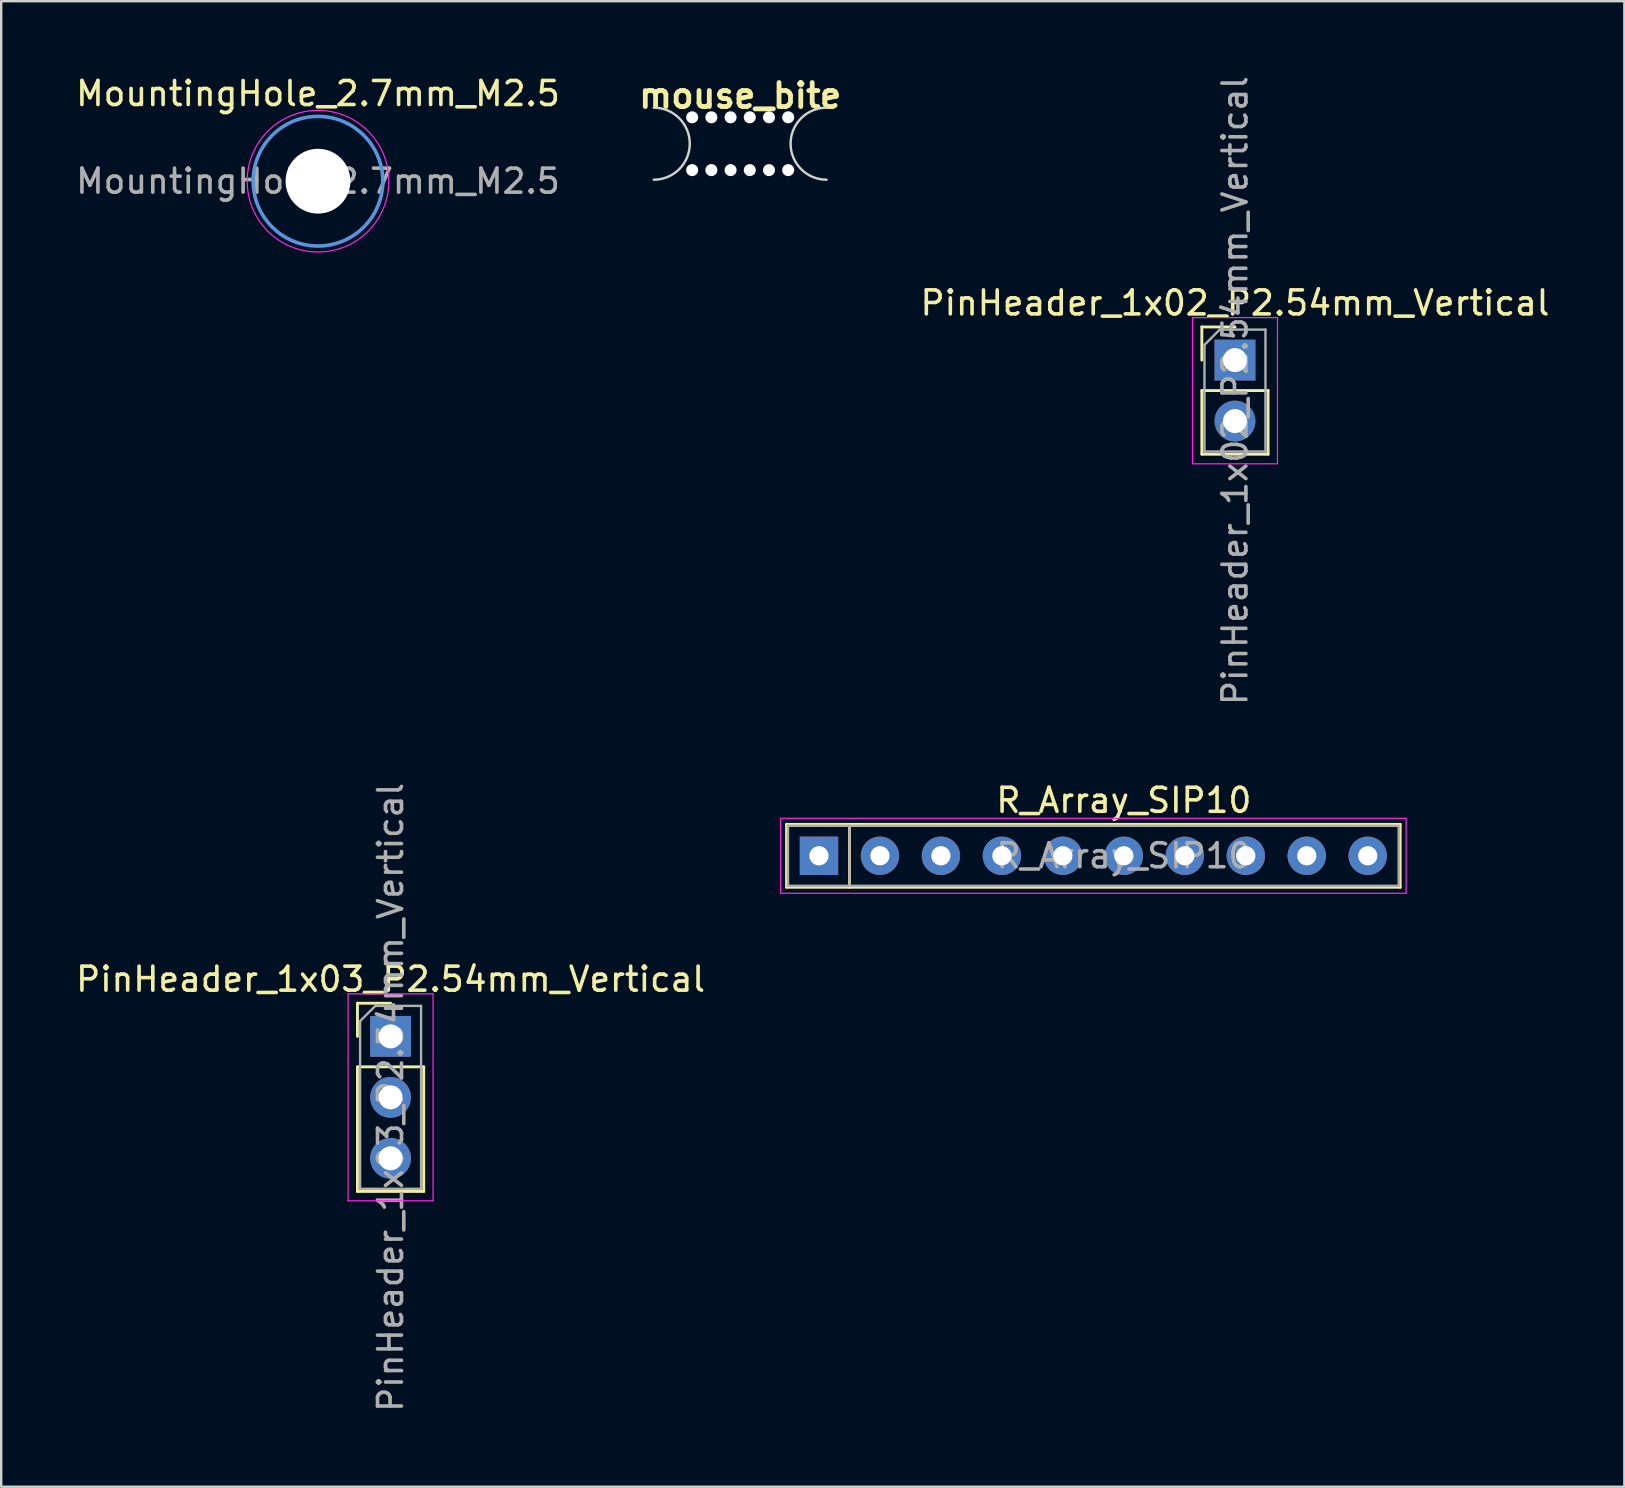
<source format=kicad_pcb>
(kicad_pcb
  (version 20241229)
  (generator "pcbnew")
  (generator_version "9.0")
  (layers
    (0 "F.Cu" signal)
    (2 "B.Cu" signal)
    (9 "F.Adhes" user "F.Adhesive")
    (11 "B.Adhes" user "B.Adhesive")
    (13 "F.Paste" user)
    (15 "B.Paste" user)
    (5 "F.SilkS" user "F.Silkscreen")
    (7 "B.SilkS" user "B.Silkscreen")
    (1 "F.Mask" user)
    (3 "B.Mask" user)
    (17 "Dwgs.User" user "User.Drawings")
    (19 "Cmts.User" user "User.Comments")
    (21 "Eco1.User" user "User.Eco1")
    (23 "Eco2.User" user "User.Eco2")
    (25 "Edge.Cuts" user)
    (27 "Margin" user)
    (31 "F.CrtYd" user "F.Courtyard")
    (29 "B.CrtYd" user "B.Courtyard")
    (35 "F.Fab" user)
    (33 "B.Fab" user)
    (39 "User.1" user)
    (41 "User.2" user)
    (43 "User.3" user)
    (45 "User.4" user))
  (footprint "PinHeader_1x02_P2.54mm_Vertical"
    (layer "F.Cu")
    (at 48.394 11.95)
    (property "Reference" "PinHeader_1x02_P2.54mm_Vertical" (at 0 -2.38 0) (layer "F.SilkS") (effects (font (size 1 1) (thickness 0.15))))
    (attr through_hole)
    (fp_line (start -1.38 -1.38) (end 0 -1.38) (stroke (width 0.12) (type solid)) (layer "F.SilkS"))
    (fp_line (start -1.38 0) (end -1.38 -1.38) (stroke (width 0.12) (type solid)) (layer "F.SilkS"))
    (fp_line (start -1.38 1.27) (end -1.38 3.92) (stroke (width 0.12) (type solid)) (layer "F.SilkS"))
    (fp_line (start -1.38 1.27) (end 1.38 1.27) (stroke (width 0.12) (type solid)) (layer "F.SilkS"))
    (fp_line (start -1.38 3.92) (end 1.38 3.92) (stroke (width 0.12) (type solid)) (layer "F.SilkS"))
    (fp_line (start 1.38 1.27) (end 1.38 3.92) (stroke (width 0.12) (type solid)) (layer "F.SilkS"))
    (fp_line (start -1.77 -1.77) (end -1.77 4.32) (stroke (width 0.05) (type solid)) (layer "F.CrtYd"))
    (fp_line (start -1.77 4.32) (end 1.77 4.32) (stroke (width 0.05) (type solid)) (layer "F.CrtYd"))
    (fp_line (start 1.77 -1.77) (end -1.77 -1.77) (stroke (width 0.05) (type solid)) (layer "F.CrtYd"))
    (fp_line (start 1.77 4.32) (end 1.77 -1.77) (stroke (width 0.05) (type solid)) (layer "F.CrtYd"))
    (fp_line (start -1.27 -0.635) (end -0.635 -1.27) (stroke (width 0.1) (type solid)) (layer "F.Fab"))
    (fp_line (start -1.27 3.81) (end -1.27 -0.635) (stroke (width 0.1) (type solid)) (layer "F.Fab"))
    (fp_line (start -0.635 -1.27) (end 1.27 -1.27) (stroke (width 0.1) (type solid)) (layer "F.Fab"))
    (fp_line (start 1.27 -1.27) (end 1.27 3.81) (stroke (width 0.1) (type solid)) (layer "F.Fab"))
    (fp_line (start 1.27 3.81) (end -1.27 3.81) (stroke (width 0.1) (type solid)) (layer "F.Fab"))
    (fp_text user "${REFERENCE}" (at 0 1.27 90) (layer "F.Fab") (effects (font (size 1 1) (thickness 0.15))))
    (pad "1" thru_hole rect (at 0 0 180) (size 1.7 1.7) (drill 1) (layers "*.Cu" "*.Mask"))
    (pad "2" thru_hole circle (at 0 2.54 180) (size 1.7 1.7) (drill 1) (layers "*.Cu" "*.Mask")))
  (footprint "mouse_bite"
    (layer "F.Cu")
    (at 27.783 2.936)
    (property "Reference" "mouse_bite" (at 0 -2 180) (layer "F.SilkS") (effects (font (size 1 1) (thickness 0.2))))
    (attr through_hole board_only exclude_from_pos_files exclude_from_bom)
    (fp_arc (start -3.6 -1.5) (mid -2.1 0) (end -3.6 1.5) (stroke (width 0.1) (type solid)) (layer "Edge.Cuts"))
    (fp_arc (start 3.6 1.5) (mid 2.1 0) (end 3.6 -1.5) (stroke (width 0.1) (type solid)) (layer "Edge.Cuts"))
    (pad "" np_thru_hole circle (at -2 -1.1) (size 0.5 0.5) (drill 0.5) (layers "*.Cu" "*.Mask"))
    (pad "" np_thru_hole circle (at -2 1.1) (size 0.5 0.5) (drill 0.5) (layers "*.Cu" "*.Mask"))
    (pad "" np_thru_hole circle (at -1.2 -1.1) (size 0.5 0.5) (drill 0.5) (layers "*.Cu" "*.Mask"))
    (pad "" np_thru_hole circle (at -1.2 1.1) (size 0.5 0.5) (drill 0.5) (layers "*.Cu" "*.Mask"))
    (pad "" np_thru_hole circle (at -0.4 -1.1) (size 0.5 0.5) (drill 0.5) (layers "*.Cu" "*.Mask"))
    (pad "" np_thru_hole circle (at -0.4 1.1) (size 0.5 0.5) (drill 0.5) (layers "*.Cu" "*.Mask"))
    (pad "" np_thru_hole circle (at 0.4 -1.1) (size 0.5 0.5) (drill 0.5) (layers "*.Cu" "*.Mask"))
    (pad "" np_thru_hole circle (at 0.4 1.1) (size 0.5 0.5) (drill 0.5) (layers "*.Cu" "*.Mask"))
    (pad "" np_thru_hole circle (at 1.2 -1.1) (size 0.5 0.5) (drill 0.5) (layers "*.Cu" "*.Mask"))
    (pad "" np_thru_hole circle (at 1.2 1.1) (size 0.5 0.5) (drill 0.5) (layers "*.Cu" "*.Mask"))
    (pad "" np_thru_hole circle (at 2 -1.1) (size 0.5 0.5) (drill 0.5) (layers "*.Cu" "*.Mask"))
    (pad "" np_thru_hole circle (at 2 1.1) (size 0.5 0.5) (drill 0.5) (layers "*.Cu" "*.Mask")))
  (footprint "R_Array_SIP10"
    (layer "F.Cu")
    (at 31.065 32.599)
    (property "Reference" "R_Array_SIP10" (at 12.7 -2.31 0) (layer "F.SilkS") (effects (font (size 1 1) (thickness 0.15))))
    (attr through_hole)
    (fp_line (start -1.35 -1.31) (end -1.35 1.31) (stroke (width 0.12) (type solid)) (layer "F.SilkS"))
    (fp_line (start -1.35 1.31) (end 24.21 1.31) (stroke (width 0.12) (type solid)) (layer "F.SilkS"))
    (fp_line (start 1.27 -1.31) (end 1.27 1.31) (stroke (width 0.12) (type solid)) (layer "F.SilkS"))
    (fp_line (start 24.21 -1.31) (end -1.35 -1.31) (stroke (width 0.12) (type solid)) (layer "F.SilkS"))
    (fp_line (start 24.21 1.31) (end 24.21 -1.31) (stroke (width 0.12) (type solid)) (layer "F.SilkS"))
    (fp_line (start -1.6 -1.56) (end -1.6 1.56) (stroke (width 0.05) (type solid)) (layer "F.CrtYd"))
    (fp_line (start -1.6 1.56) (end 24.46 1.56) (stroke (width 0.05) (type solid)) (layer "F.CrtYd"))
    (fp_line (start 24.46 -1.56) (end -1.6 -1.56) (stroke (width 0.05) (type solid)) (layer "F.CrtYd"))
    (fp_line (start 24.46 1.56) (end 24.46 -1.56) (stroke (width 0.05) (type solid)) (layer "F.CrtYd"))
    (fp_line (start -1.29 -1.25) (end -1.29 1.25) (stroke (width 0.1) (type solid)) (layer "F.Fab"))
    (fp_line (start -1.29 1.25) (end 24.15 1.25) (stroke (width 0.1) (type solid)) (layer "F.Fab"))
    (fp_line (start 1.27 -1.25) (end 1.27 1.25) (stroke (width 0.1) (type solid)) (layer "F.Fab"))
    (fp_line (start 24.15 -1.25) (end -1.29 -1.25) (stroke (width 0.1) (type solid)) (layer "F.Fab"))
    (fp_line (start 24.15 1.25) (end 24.15 -1.25) (stroke (width 0.1) (type solid)) (layer "F.Fab"))
    (fp_text user "${REFERENCE}" (at 12.7 0 0) (layer "F.Fab") (effects (font (size 1 1) (thickness 0.15))))
    (pad "1" thru_hole rect (at 0 0 180) (size 1.6 1.6) (drill 0.8) (layers "*.Cu" "*.Mask"))
    (pad "2" thru_hole circle (at 2.54 0 180) (size 1.6 1.6) (drill 0.8) (layers "*.Cu" "*.Mask"))
    (pad "3" thru_hole circle (at 5.08 0 180) (size 1.6 1.6) (drill 0.8) (layers "*.Cu" "*.Mask"))
    (pad "4" thru_hole circle (at 7.62 0 180) (size 1.6 1.6) (drill 0.8) (layers "*.Cu" "*.Mask"))
    (pad "5" thru_hole circle (at 10.16 0 180) (size 1.6 1.6) (drill 0.8) (layers "*.Cu" "*.Mask"))
    (pad "6" thru_hole circle (at 12.7 0 180) (size 1.6 1.6) (drill 0.8) (layers "*.Cu" "*.Mask"))
    (pad "7" thru_hole circle (at 15.24 0 180) (size 1.6 1.6) (drill 0.8) (layers "*.Cu" "*.Mask"))
    (pad "8" thru_hole circle (at 17.78 0 180) (size 1.6 1.6) (drill 0.8) (layers "*.Cu" "*.Mask"))
    (pad "9" thru_hole circle (at 20.32 0 180) (size 1.6 1.6) (drill 0.8) (layers "*.Cu" "*.Mask"))
    (pad "10" thru_hole circle (at 22.86 0 180) (size 1.6 1.6) (drill 0.8) (layers "*.Cu" "*.Mask")))
  (footprint "MountingHole_2.7mm_M2.5"
    (layer "F.Cu")
    (at 10.196 4.498)
    (property "Reference" "MountingHole_2.7mm_M2.5" (at 0 -3.65 0) (layer "F.SilkS") (effects (font (size 1 1) (thickness 0.15))))
    (attr board_only exclude_from_pos_files exclude_from_bom)
    (fp_circle (center 0 0) (end 2.7 0) (stroke (width 0.15) (type solid)) (fill no) (layer "Cmts.User"))
    (fp_circle (center 0 0) (end 2.95 0) (stroke (width 0.05) (type solid)) (fill no) (layer "F.CrtYd"))
    (fp_text user "${REFERENCE}" (at 0 0 0) (layer "F.Fab") (effects (font (size 1 1) (thickness 0.15))))
    (pad "" np_thru_hole circle (at 0 0) (size 2.7 2.7) (drill 2.7) (layers "*.Cu" "*.Mask")))
  (footprint "PinHeader_1x03_P2.54mm_Vertical"
    (layer "F.Cu")
    (at 13.22 40.121)
    (property "Reference" "PinHeader_1x03_P2.54mm_Vertical" (at 0 -2.38 0) (layer "F.SilkS") (effects (font (size 1 1) (thickness 0.15))))
    (attr through_hole exclude_from_bom)
    (fp_line (start -1.38 -1.38) (end 0 -1.38) (stroke (width 0.12) (type solid)) (layer "F.SilkS"))
    (fp_line (start -1.38 0) (end -1.38 -1.38) (stroke (width 0.12) (type solid)) (layer "F.SilkS"))
    (fp_line (start -1.38 1.27) (end -1.38 6.46) (stroke (width 0.12) (type solid)) (layer "F.SilkS"))
    (fp_line (start -1.38 1.27) (end 1.38 1.27) (stroke (width 0.12) (type solid)) (layer "F.SilkS"))
    (fp_line (start -1.38 6.46) (end 1.38 6.46) (stroke (width 0.12) (type solid)) (layer "F.SilkS"))
    (fp_line (start 1.38 1.27) (end 1.38 6.46) (stroke (width 0.12) (type solid)) (layer "F.SilkS"))
    (fp_line (start -1.77 -1.77) (end -1.77 6.85) (stroke (width 0.05) (type solid)) (layer "F.CrtYd"))
    (fp_line (start -1.77 6.85) (end 1.77 6.85) (stroke (width 0.05) (type solid)) (layer "F.CrtYd"))
    (fp_line (start 1.77 -1.77) (end -1.77 -1.77) (stroke (width 0.05) (type solid)) (layer "F.CrtYd"))
    (fp_line (start 1.77 6.85) (end 1.77 -1.77) (stroke (width 0.05) (type solid)) (layer "F.CrtYd"))
    (fp_line (start -1.27 -0.635) (end -0.635 -1.27) (stroke (width 0.1) (type solid)) (layer "F.Fab"))
    (fp_line (start -1.27 6.35) (end -1.27 -0.635) (stroke (width 0.1) (type solid)) (layer "F.Fab"))
    (fp_line (start -0.635 -1.27) (end 1.27 -1.27) (stroke (width 0.1) (type solid)) (layer "F.Fab"))
    (fp_line (start 1.27 -1.27) (end 1.27 6.35) (stroke (width 0.1) (type solid)) (layer "F.Fab"))
    (fp_line (start 1.27 6.35) (end -1.27 6.35) (stroke (width 0.1) (type solid)) (layer "F.Fab"))
    (fp_text user "${REFERENCE}" (at 0 2.54 90) (layer "F.Fab") (effects (font (size 1 1) (thickness 0.15))))
    (pad "1" thru_hole rect (at 0 0 180) (size 1.7 1.7) (drill 1) (layers "*.Cu" "*.Mask"))
    (pad "2" thru_hole circle (at 0 2.54 180) (size 1.7 1.7) (drill 1) (layers "*.Cu" "*.Mask"))
    (pad "3" thru_hole circle (at 0 5.08 180) (size 1.7 1.7) (drill 1) (layers "*.Cu" "*.Mask")))
  (gr_rect
    (start -3 -3)
    (end 64.614 58.881)
    (stroke (width 0.1) (type default))
    (fill no)
    (layer "Edge.Cuts")))
</source>
